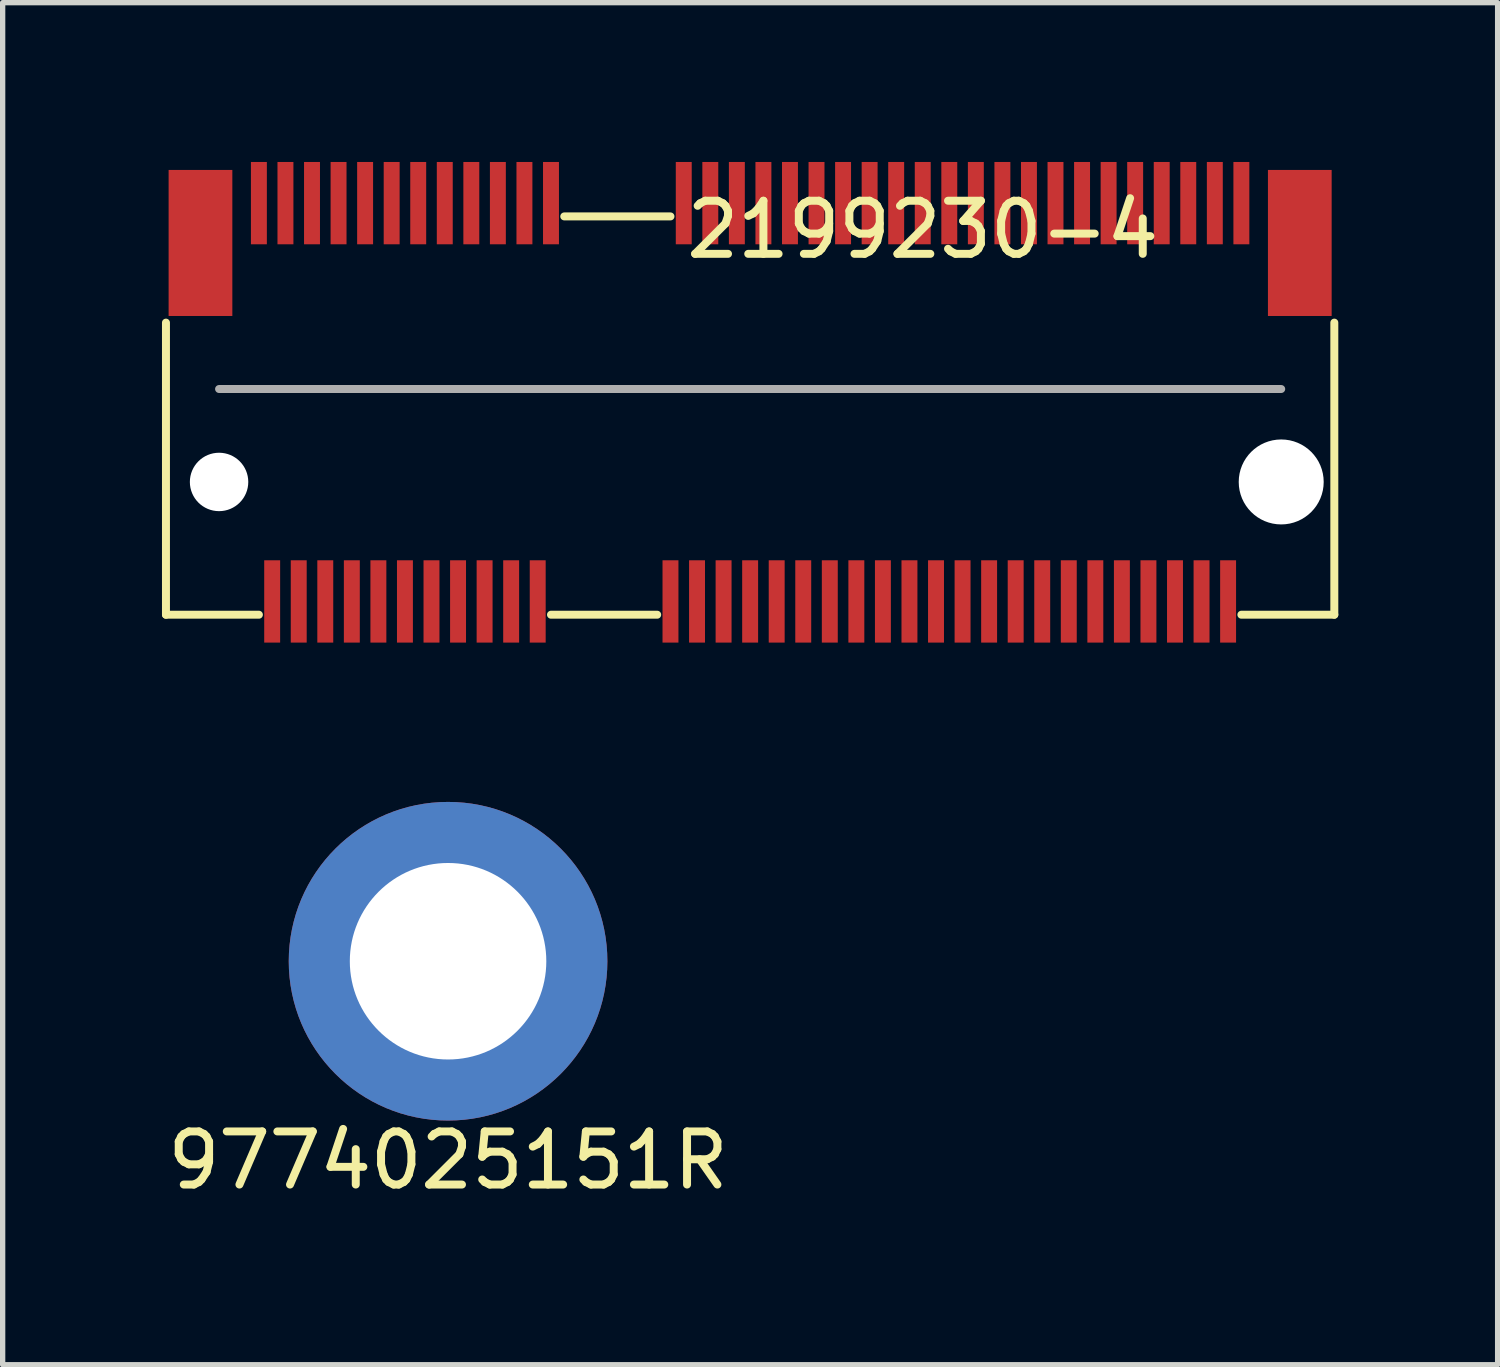
<source format=kicad_pcb>
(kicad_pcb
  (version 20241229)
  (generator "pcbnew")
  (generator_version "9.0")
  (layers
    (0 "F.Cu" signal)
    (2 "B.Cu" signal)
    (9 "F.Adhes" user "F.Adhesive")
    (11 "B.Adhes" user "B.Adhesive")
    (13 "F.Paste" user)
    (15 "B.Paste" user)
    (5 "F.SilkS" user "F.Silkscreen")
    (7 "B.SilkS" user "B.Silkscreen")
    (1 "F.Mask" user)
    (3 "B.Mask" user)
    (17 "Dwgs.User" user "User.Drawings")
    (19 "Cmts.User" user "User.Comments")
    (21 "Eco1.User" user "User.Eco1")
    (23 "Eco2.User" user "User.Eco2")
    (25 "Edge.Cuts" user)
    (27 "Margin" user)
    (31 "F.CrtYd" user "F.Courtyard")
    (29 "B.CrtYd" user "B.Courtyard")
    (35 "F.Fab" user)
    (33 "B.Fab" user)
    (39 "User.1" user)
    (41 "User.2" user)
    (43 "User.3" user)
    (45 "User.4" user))
  (footprint "9774025151R"
    (layer "F.Cu")
    (at 5.387 15.05)
    (property "Reference" "9774025151R" (at 0 3.75 0) (layer "F.SilkS") (effects (font (size 1 1) (thickness 0.15))))
    (attr through_hole)
    (pad "" np_thru_hole circle (at 0 0) (size 6 6) (drill 3.7) (layers "*.Cu" "*.Mask")))
  (footprint "2199230-4"
    (layer "F.Cu")
    (at 11.075 6.025)
    (property "Reference" "2199230-4" (at 3.25 -4.75 0) (layer "F.SilkS") (effects (font (size 1 1) (thickness 0.15))))
    (attr through_hole)
    (fp_line (start -11 2.5) (end -11 -3) (stroke (width 0.15) (type solid)) (layer "F.SilkS"))
    (fp_line (start -9.25 2.5) (end -11 2.5) (stroke (width 0.15) (type solid)) (layer "F.SilkS"))
    (fp_line (start -3.75 2.5) (end -1.75 2.5) (stroke (width 0.15) (type solid)) (layer "F.SilkS"))
    (fp_line (start -3.5 -5) (end -1.5 -5) (stroke (width 0.15) (type solid)) (layer "F.SilkS"))
    (fp_line (start 11 -3) (end 11 2.5) (stroke (width 0.15) (type solid)) (layer "F.SilkS"))
    (fp_line (start 11 2.5) (end 9.25 2.5) (stroke (width 0.15) (type solid)) (layer "F.SilkS"))
    (fp_line (start -10 -1.75) (end 10 -1.75) (stroke (width 0.15) (type solid)) (layer "F.Fab"))
    (pad "" np_thru_hole circle (at -10 0) (size 1.1 1.1) (drill 1.1) (layers "*.Cu" "*.Mask"))
    (pad "" np_thru_hole circle (at 10 0) (size 1.6 1.6) (drill 1.6) (layers "*.Cu" "*.Mask"))
    (pad "1" smd rect (at -9.25 -5.25) (size 0.3 1.55) (layers "F.Cu" "F.Mask" "F.Paste"))
    (pad "2" smd rect (at -9 2.25) (size 0.3 1.55) (layers "F.Cu" "F.Mask" "F.Paste"))
    (pad "3" smd rect (at -8.75 -5.25) (size 0.3 1.55) (layers "F.Cu" "F.Mask" "F.Paste"))
    (pad "4" smd rect (at -8.5 2.25) (size 0.3 1.55) (layers "F.Cu" "F.Mask" "F.Paste"))
    (pad "5" smd rect (at -8.25 -5.25) (size 0.3 1.55) (layers "F.Cu" "F.Mask" "F.Paste"))
    (pad "6" smd rect (at -8 2.25) (size 0.3 1.55) (layers "F.Cu" "F.Mask" "F.Paste"))
    (pad "7" smd rect (at -7.75 -5.25) (size 0.3 1.55) (layers "F.Cu" "F.Mask" "F.Paste"))
    (pad "8" smd rect (at -7.5 2.25) (size 0.3 1.55) (layers "F.Cu" "F.Mask" "F.Paste"))
    (pad "9" smd rect (at -7.25 -5.25) (size 0.3 1.55) (layers "F.Cu" "F.Mask" "F.Paste"))
    (pad "10" smd rect (at -7 2.25) (size 0.3 1.55) (layers "F.Cu" "F.Mask" "F.Paste"))
    (pad "11" smd rect (at -6.75 -5.25) (size 0.3 1.55) (layers "F.Cu" "F.Mask" "F.Paste"))
    (pad "12" smd rect (at -6.5 2.25) (size 0.3 1.55) (layers "F.Cu" "F.Mask" "F.Paste"))
    (pad "13" smd rect (at -6.25 -5.25) (size 0.3 1.55) (layers "F.Cu" "F.Mask" "F.Paste"))
    (pad "14" smd rect (at -6 2.25) (size 0.3 1.55) (layers "F.Cu" "F.Mask" "F.Paste"))
    (pad "15" smd rect (at -5.75 -5.25) (size 0.3 1.55) (layers "F.Cu" "F.Mask" "F.Paste"))
    (pad "16" smd rect (at -5.5 2.25) (size 0.3 1.55) (layers "F.Cu" "F.Mask" "F.Paste"))
    (pad "17" smd rect (at -5.25 -5.25) (size 0.3 1.55) (layers "F.Cu" "F.Mask" "F.Paste"))
    (pad "18" smd rect (at -5 2.25) (size 0.3 1.55) (layers "F.Cu" "F.Mask" "F.Paste"))
    (pad "19" smd rect (at -4.75 -5.25) (size 0.3 1.55) (layers "F.Cu" "F.Mask" "F.Paste"))
    (pad "20" smd rect (at -4.5 2.25) (size 0.3 1.55) (layers "F.Cu" "F.Mask" "F.Paste"))
    (pad "21" smd rect (at -4.25 -5.25) (size 0.3 1.55) (layers "F.Cu" "F.Mask" "F.Paste"))
    (pad "22" smd rect (at -4 2.25) (size 0.3 1.55) (layers "F.Cu" "F.Mask" "F.Paste"))
    (pad "23" smd rect (at -3.75 -5.25) (size 0.3 1.55) (layers "F.Cu" "F.Mask" "F.Paste"))
    (pad "32" smd rect (at -1.5 2.25) (size 0.3 1.55) (layers "F.Cu" "F.Mask" "F.Paste"))
    (pad "33" smd rect (at -1.25 -5.25) (size 0.3 1.55) (layers "F.Cu" "F.Mask" "F.Paste"))
    (pad "34" smd rect (at -1 2.25) (size 0.3 1.55) (layers "F.Cu" "F.Mask" "F.Paste"))
    (pad "35" smd rect (at -0.75 -5.25) (size 0.3 1.55) (layers "F.Cu" "F.Mask" "F.Paste"))
    (pad "36" smd rect (at -0.5 2.25) (size 0.3 1.55) (layers "F.Cu" "F.Mask" "F.Paste"))
    (pad "37" smd rect (at -0.25 -5.25) (size 0.3 1.55) (layers "F.Cu" "F.Mask" "F.Paste"))
    (pad "38" smd rect (at 0 2.25) (size 0.3 1.55) (layers "F.Cu" "F.Mask" "F.Paste"))
    (pad "39" smd rect (at 0.25 -5.25) (size 0.3 1.55) (layers "F.Cu" "F.Mask" "F.Paste"))
    (pad "40" smd rect (at 0.5 2.25) (size 0.3 1.55) (layers "F.Cu" "F.Mask" "F.Paste"))
    (pad "41" smd rect (at 0.75 -5.25) (size 0.3 1.55) (layers "F.Cu" "F.Mask" "F.Paste"))
    (pad "42" smd rect (at 1 2.25) (size 0.3 1.55) (layers "F.Cu" "F.Mask" "F.Paste"))
    (pad "43" smd rect (at 1.25 -5.25) (size 0.3 1.55) (layers "F.Cu" "F.Mask" "F.Paste"))
    (pad "44" smd rect (at 1.5 2.25) (size 0.3 1.55) (layers "F.Cu" "F.Mask" "F.Paste"))
    (pad "45" smd rect (at 1.75 -5.25) (size 0.3 1.55) (layers "F.Cu" "F.Mask" "F.Paste"))
    (pad "46" smd rect (at 2 2.25) (size 0.3 1.55) (layers "F.Cu" "F.Mask" "F.Paste"))
    (pad "47" smd rect (at 2.25 -5.25) (size 0.3 1.55) (layers "F.Cu" "F.Mask" "F.Paste"))
    (pad "48" smd rect (at 2.5 2.25) (size 0.3 1.55) (layers "F.Cu" "F.Mask" "F.Paste"))
    (pad "49" smd rect (at 2.75 -5.25) (size 0.3 1.55) (layers "F.Cu" "F.Mask" "F.Paste"))
    (pad "50" smd rect (at 3 2.25) (size 0.3 1.55) (layers "F.Cu" "F.Mask" "F.Paste"))
    (pad "51" smd rect (at 3.25 -5.25) (size 0.3 1.55) (layers "F.Cu" "F.Mask" "F.Paste"))
    (pad "52" smd rect (at 3.5 2.25) (size 0.3 1.55) (layers "F.Cu" "F.Mask" "F.Paste"))
    (pad "53" smd rect (at 3.75 -5.25) (size 0.3 1.55) (layers "F.Cu" "F.Mask" "F.Paste"))
    (pad "54" smd rect (at 4 2.25) (size 0.3 1.55) (layers "F.Cu" "F.Mask" "F.Paste"))
    (pad "55" smd rect (at 4.25 -5.25) (size 0.3 1.55) (layers "F.Cu" "F.Mask" "F.Paste"))
    (pad "56" smd rect (at 4.5 2.25) (size 0.3 1.55) (layers "F.Cu" "F.Mask" "F.Paste"))
    (pad "57" smd rect (at 4.75 -5.25) (size 0.3 1.55) (layers "F.Cu" "F.Mask" "F.Paste"))
    (pad "58" smd rect (at 5 2.25) (size 0.3 1.55) (layers "F.Cu" "F.Mask" "F.Paste"))
    (pad "59" smd rect (at 5.25 -5.25) (size 0.3 1.55) (layers "F.Cu" "F.Mask" "F.Paste"))
    (pad "60" smd rect (at 5.5 2.25) (size 0.3 1.55) (layers "F.Cu" "F.Mask" "F.Paste"))
    (pad "61" smd rect (at 5.75 -5.25) (size 0.3 1.55) (layers "F.Cu" "F.Mask" "F.Paste"))
    (pad "62" smd rect (at 6 2.25) (size 0.3 1.55) (layers "F.Cu" "F.Mask" "F.Paste"))
    (pad "63" smd rect (at 6.25 -5.25) (size 0.3 1.55) (layers "F.Cu" "F.Mask" "F.Paste"))
    (pad "64" smd rect (at 6.5 2.25) (size 0.3 1.55) (layers "F.Cu" "F.Mask" "F.Paste"))
    (pad "65" smd rect (at 6.75 -5.25) (size 0.3 1.55) (layers "F.Cu" "F.Mask" "F.Paste"))
    (pad "66" smd rect (at 7 2.25) (size 0.3 1.55) (layers "F.Cu" "F.Mask" "F.Paste"))
    (pad "67" smd rect (at 7.25 -5.25) (size 0.3 1.55) (layers "F.Cu" "F.Mask" "F.Paste"))
    (pad "68" smd rect (at 7.5 2.25) (size 0.3 1.55) (layers "F.Cu" "F.Mask" "F.Paste"))
    (pad "69" smd rect (at 7.75 -5.25) (size 0.3 1.55) (layers "F.Cu" "F.Mask" "F.Paste"))
    (pad "70" smd rect (at 8 2.25) (size 0.3 1.55) (layers "F.Cu" "F.Mask" "F.Paste"))
    (pad "71" smd rect (at 8.25 -5.25) (size 0.3 1.55) (layers "F.Cu" "F.Mask" "F.Paste"))
    (pad "72" smd rect (at 8.5 2.25) (size 0.3 1.55) (layers "F.Cu" "F.Mask" "F.Paste"))
    (pad "73" smd rect (at 8.75 -5.25) (size 0.3 1.55) (layers "F.Cu" "F.Mask" "F.Paste"))
    (pad "74" smd rect (at 9 2.25) (size 0.3 1.55) (layers "F.Cu" "F.Mask" "F.Paste"))
    (pad "75" smd rect (at 9.25 -5.25) (size 0.3 1.55) (layers "F.Cu" "F.Mask" "F.Paste"))
    (pad "M" smd rect (at -10.35 -4.5) (size 1.2 2.75) (layers "F.Cu" "F.Mask" "F.Paste"))
    (pad "M" smd rect (at 10.35 -4.5) (size 1.2 2.75) (layers "F.Cu" "F.Mask" "F.Paste")))
  (gr_rect
    (start -3 -3)
    (end 25.15 22.648)
    (stroke (width 0.1) (type default))
    (fill no)
    (layer "Edge.Cuts")))
</source>
